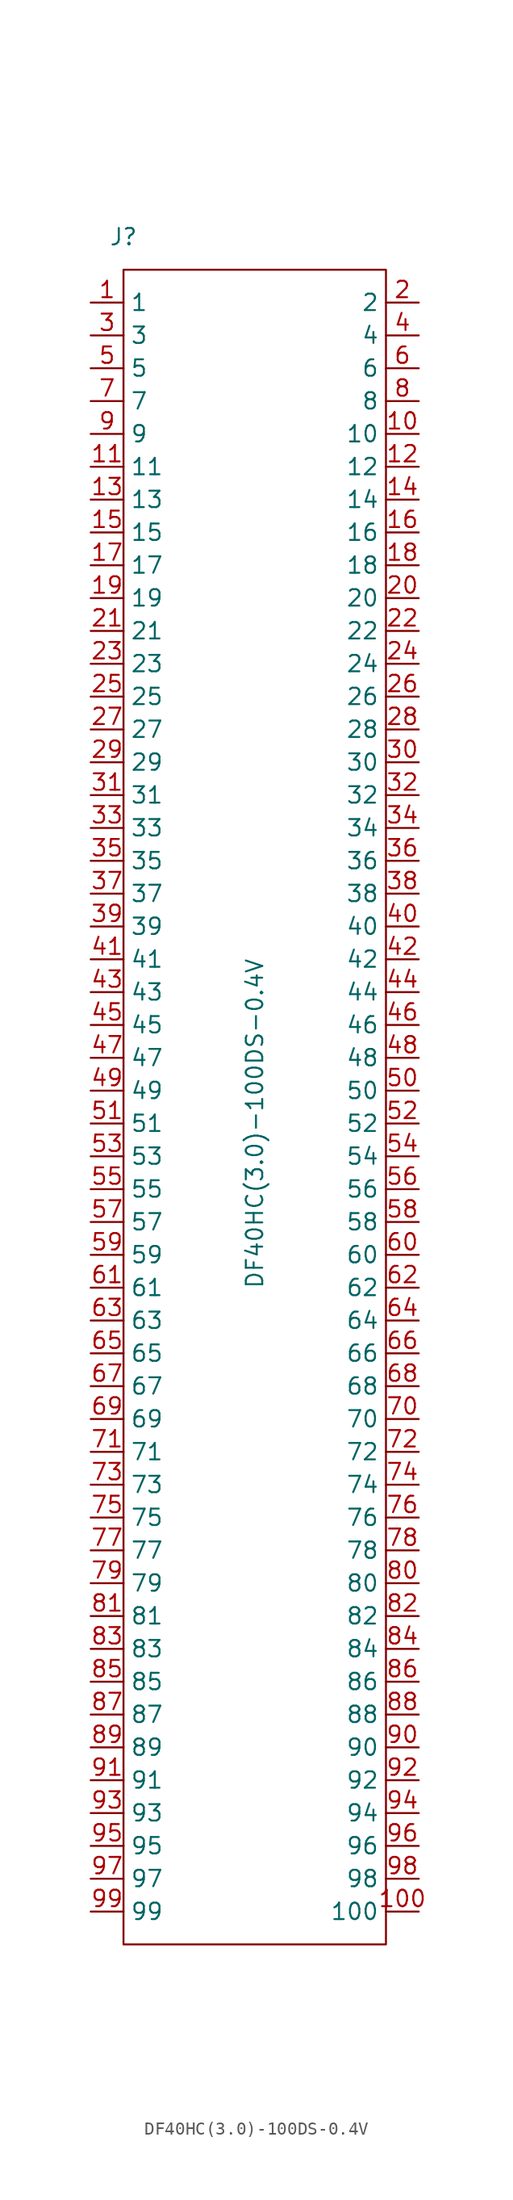
<source format=kicad_sym>
(kicad_symbol_lib
  (version 20211014)
  (generator kicad_symbol_editor)
  (symbol "DF40HC(3.0)-100DS-0.4V"
    (property "Reference" "J"
      (at -10.16 68.58 0)
      (effects (font (size 1.27 1.27))))
    (property "Value" "DF40HC(3.0)-100DS-0.4V"
      (at 0 0 90)
      (effects (font (size 1.27 1.27))))
    (symbol "DF40HC(3.0)-100DS-0.4V_0_1"
      (rectangle (start -10.16 66.04) (end 10.16 -63.5) (stroke (width 0) (type default) (color 0 0 0 0)) (fill (type none))))
    (symbol "DF40HC(3.0)-100DS-0.4V_1_1"
      (pin passive line (at -12.7 63.5 0) (length 2.54) (name "1" (effects (font (size 1.27 1.27)))) (number "1" (effects (font (size 1.27 1.27)))))
      (pin passive line (at 12.7 53.34 180) (length 2.54) (name "10" (effects (font (size 1.27 1.27)))) (number "10" (effects (font (size 1.27 1.27)))))
      (pin passive line (at 12.7 -60.96 180) (length 2.54) (name "100" (effects (font (size 1.27 1.27)))) (number "100" (effects (font (size 1.27 1.27)))))
      (pin passive line (at -12.7 50.8 0) (length 2.54) (name "11" (effects (font (size 1.27 1.27)))) (number "11" (effects (font (size 1.27 1.27)))))
      (pin passive line (at 12.7 50.8 180) (length 2.54) (name "12" (effects (font (size 1.27 1.27)))) (number "12" (effects (font (size 1.27 1.27)))))
      (pin passive line (at -12.7 48.26 0) (length 2.54) (name "13" (effects (font (size 1.27 1.27)))) (number "13" (effects (font (size 1.27 1.27)))))
      (pin passive line (at 12.7 48.26 180) (length 2.54) (name "14" (effects (font (size 1.27 1.27)))) (number "14" (effects (font (size 1.27 1.27)))))
      (pin passive line (at -12.7 45.72 0) (length 2.54) (name "15" (effects (font (size 1.27 1.27)))) (number "15" (effects (font (size 1.27 1.27)))))
      (pin passive line (at 12.7 45.72 180) (length 2.54) (name "16" (effects (font (size 1.27 1.27)))) (number "16" (effects (font (size 1.27 1.27)))))
      (pin passive line (at -12.7 43.18 0) (length 2.54) (name "17" (effects (font (size 1.27 1.27)))) (number "17" (effects (font (size 1.27 1.27)))))
      (pin passive line (at 12.7 43.18 180) (length 2.54) (name "18" (effects (font (size 1.27 1.27)))) (number "18" (effects (font (size 1.27 1.27)))))
      (pin passive line (at -12.7 40.64 0) (length 2.54) (name "19" (effects (font (size 1.27 1.27)))) (number "19" (effects (font (size 1.27 1.27)))))
      (pin passive line (at 12.7 63.5 180) (length 2.54) (name "2" (effects (font (size 1.27 1.27)))) (number "2" (effects (font (size 1.27 1.27)))))
      (pin passive line (at 12.7 40.64 180) (length 2.54) (name "20" (effects (font (size 1.27 1.27)))) (number "20" (effects (font (size 1.27 1.27)))))
      (pin passive line (at -12.7 38.1 0) (length 2.54) (name "21" (effects (font (size 1.27 1.27)))) (number "21" (effects (font (size 1.27 1.27)))))
      (pin passive line (at 12.7 38.1 180) (length 2.54) (name "22" (effects (font (size 1.27 1.27)))) (number "22" (effects (font (size 1.27 1.27)))))
      (pin passive line (at -12.7 35.56 0) (length 2.54) (name "23" (effects (font (size 1.27 1.27)))) (number "23" (effects (font (size 1.27 1.27)))))
      (pin passive line (at 12.7 35.56 180) (length 2.54) (name "24" (effects (font (size 1.27 1.27)))) (number "24" (effects (font (size 1.27 1.27)))))
      (pin passive line (at -12.7 33.02 0) (length 2.54) (name "25" (effects (font (size 1.27 1.27)))) (number "25" (effects (font (size 1.27 1.27)))))
      (pin passive line (at 12.7 33.02 180) (length 2.54) (name "26" (effects (font (size 1.27 1.27)))) (number "26" (effects (font (size 1.27 1.27)))))
      (pin passive line (at -12.7 30.48 0) (length 2.54) (name "27" (effects (font (size 1.27 1.27)))) (number "27" (effects (font (size 1.27 1.27)))))
      (pin passive line (at 12.7 30.48 180) (length 2.54) (name "28" (effects (font (size 1.27 1.27)))) (number "28" (effects (font (size 1.27 1.27)))))
      (pin passive line (at -12.7 27.94 0) (length 2.54) (name "29" (effects (font (size 1.27 1.27)))) (number "29" (effects (font (size 1.27 1.27)))))
      (pin passive line (at -12.7 60.96 0) (length 2.54) (name "3" (effects (font (size 1.27 1.27)))) (number "3" (effects (font (size 1.27 1.27)))))
      (pin passive line (at 12.7 27.94 180) (length 2.54) (name "30" (effects (font (size 1.27 1.27)))) (number "30" (effects (font (size 1.27 1.27)))))
      (pin passive line (at -12.7 25.4 0) (length 2.54) (name "31" (effects (font (size 1.27 1.27)))) (number "31" (effects (font (size 1.27 1.27)))))
      (pin passive line (at 12.7 25.4 180) (length 2.54) (name "32" (effects (font (size 1.27 1.27)))) (number "32" (effects (font (size 1.27 1.27)))))
      (pin passive line (at -12.7 22.86 0) (length 2.54) (name "33" (effects (font (size 1.27 1.27)))) (number "33" (effects (font (size 1.27 1.27)))))
      (pin passive line (at 12.7 22.86 180) (length 2.54) (name "34" (effects (font (size 1.27 1.27)))) (number "34" (effects (font (size 1.27 1.27)))))
      (pin passive line (at -12.7 20.32 0) (length 2.54) (name "35" (effects (font (size 1.27 1.27)))) (number "35" (effects (font (size 1.27 1.27)))))
      (pin passive line (at 12.7 20.32 180) (length 2.54) (name "36" (effects (font (size 1.27 1.27)))) (number "36" (effects (font (size 1.27 1.27)))))
      (pin passive line (at -12.7 17.78 0) (length 2.54) (name "37" (effects (font (size 1.27 1.27)))) (number "37" (effects (font (size 1.27 1.27)))))
      (pin passive line (at 12.7 17.78 180) (length 2.54) (name "38" (effects (font (size 1.27 1.27)))) (number "38" (effects (font (size 1.27 1.27)))))
      (pin passive line (at -12.7 15.24 0) (length 2.54) (name "39" (effects (font (size 1.27 1.27)))) (number "39" (effects (font (size 1.27 1.27)))))
      (pin passive line (at 12.7 60.96 180) (length 2.54) (name "4" (effects (font (size 1.27 1.27)))) (number "4" (effects (font (size 1.27 1.27)))))
      (pin passive line (at 12.7 15.24 180) (length 2.54) (name "40" (effects (font (size 1.27 1.27)))) (number "40" (effects (font (size 1.27 1.27)))))
      (pin passive line (at -12.7 12.7 0) (length 2.54) (name "41" (effects (font (size 1.27 1.27)))) (number "41" (effects (font (size 1.27 1.27)))))
      (pin passive line (at 12.7 12.7 180) (length 2.54) (name "42" (effects (font (size 1.27 1.27)))) (number "42" (effects (font (size 1.27 1.27)))))
      (pin passive line (at -12.7 10.16 0) (length 2.54) (name "43" (effects (font (size 1.27 1.27)))) (number "43" (effects (font (size 1.27 1.27)))))
      (pin passive line (at 12.7 10.16 180) (length 2.54) (name "44" (effects (font (size 1.27 1.27)))) (number "44" (effects (font (size 1.27 1.27)))))
      (pin passive line (at -12.7 7.62 0) (length 2.54) (name "45" (effects (font (size 1.27 1.27)))) (number "45" (effects (font (size 1.27 1.27)))))
      (pin passive line (at 12.7 7.62 180) (length 2.54) (name "46" (effects (font (size 1.27 1.27)))) (number "46" (effects (font (size 1.27 1.27)))))
      (pin passive line (at -12.7 5.08 0) (length 2.54) (name "47" (effects (font (size 1.27 1.27)))) (number "47" (effects (font (size 1.27 1.27)))))
      (pin passive line (at 12.7 5.08 180) (length 2.54) (name "48" (effects (font (size 1.27 1.27)))) (number "48" (effects (font (size 1.27 1.27)))))
      (pin passive line (at -12.7 2.54 0) (length 2.54) (name "49" (effects (font (size 1.27 1.27)))) (number "49" (effects (font (size 1.27 1.27)))))
      (pin passive line (at -12.7 58.42 0) (length 2.54) (name "5" (effects (font (size 1.27 1.27)))) (number "5" (effects (font (size 1.27 1.27)))))
      (pin passive line (at 12.7 2.54 180) (length 2.54) (name "50" (effects (font (size 1.27 1.27)))) (number "50" (effects (font (size 1.27 1.27)))))
      (pin passive line (at -12.7 0 0) (length 2.54) (name "51" (effects (font (size 1.27 1.27)))) (number "51" (effects (font (size 1.27 1.27)))))
      (pin passive line (at 12.7 0 180) (length 2.54) (name "52" (effects (font (size 1.27 1.27)))) (number "52" (effects (font (size 1.27 1.27)))))
      (pin passive line (at -12.7 -2.54 0) (length 2.54) (name "53" (effects (font (size 1.27 1.27)))) (number "53" (effects (font (size 1.27 1.27)))))
      (pin passive line (at 12.7 -2.54 180) (length 2.54) (name "54" (effects (font (size 1.27 1.27)))) (number "54" (effects (font (size 1.27 1.27)))))
      (pin passive line (at -12.7 -5.08 0) (length 2.54) (name "55" (effects (font (size 1.27 1.27)))) (number "55" (effects (font (size 1.27 1.27)))))
      (pin passive line (at 12.7 -5.08 180) (length 2.54) (name "56" (effects (font (size 1.27 1.27)))) (number "56" (effects (font (size 1.27 1.27)))))
      (pin passive line (at -12.7 -7.62 0) (length 2.54) (name "57" (effects (font (size 1.27 1.27)))) (number "57" (effects (font (size 1.27 1.27)))))
      (pin passive line (at 12.7 -7.62 180) (length 2.54) (name "58" (effects (font (size 1.27 1.27)))) (number "58" (effects (font (size 1.27 1.27)))))
      (pin passive line (at -12.7 -10.16 0) (length 2.54) (name "59" (effects (font (size 1.27 1.27)))) (number "59" (effects (font (size 1.27 1.27)))))
      (pin passive line (at 12.7 58.42 180) (length 2.54) (name "6" (effects (font (size 1.27 1.27)))) (number "6" (effects (font (size 1.27 1.27)))))
      (pin passive line (at 12.7 -10.16 180) (length 2.54) (name "60" (effects (font (size 1.27 1.27)))) (number "60" (effects (font (size 1.27 1.27)))))
      (pin passive line (at -12.7 -12.7 0) (length 2.54) (name "61" (effects (font (size 1.27 1.27)))) (number "61" (effects (font (size 1.27 1.27)))))
      (pin passive line (at 12.7 -12.7 180) (length 2.54) (name "62" (effects (font (size 1.27 1.27)))) (number "62" (effects (font (size 1.27 1.27)))))
      (pin passive line (at -12.7 -15.24 0) (length 2.54) (name "63" (effects (font (size 1.27 1.27)))) (number "63" (effects (font (size 1.27 1.27)))))
      (pin passive line (at 12.7 -15.24 180) (length 2.54) (name "64" (effects (font (size 1.27 1.27)))) (number "64" (effects (font (size 1.27 1.27)))))
      (pin passive line (at -12.7 -17.78 0) (length 2.54) (name "65" (effects (font (size 1.27 1.27)))) (number "65" (effects (font (size 1.27 1.27)))))
      (pin passive line (at 12.7 -17.78 180) (length 2.54) (name "66" (effects (font (size 1.27 1.27)))) (number "66" (effects (font (size 1.27 1.27)))))
      (pin passive line (at -12.7 -20.32 0) (length 2.54) (name "67" (effects (font (size 1.27 1.27)))) (number "67" (effects (font (size 1.27 1.27)))))
      (pin passive line (at 12.7 -20.32 180) (length 2.54) (name "68" (effects (font (size 1.27 1.27)))) (number "68" (effects (font (size 1.27 1.27)))))
      (pin passive line (at -12.7 -22.86 0) (length 2.54) (name "69" (effects (font (size 1.27 1.27)))) (number "69" (effects (font (size 1.27 1.27)))))
      (pin passive line (at -12.7 55.88 0) (length 2.54) (name "7" (effects (font (size 1.27 1.27)))) (number "7" (effects (font (size 1.27 1.27)))))
      (pin passive line (at 12.7 -22.86 180) (length 2.54) (name "70" (effects (font (size 1.27 1.27)))) (number "70" (effects (font (size 1.27 1.27)))))
      (pin passive line (at -12.7 -25.4 0) (length 2.54) (name "71" (effects (font (size 1.27 1.27)))) (number "71" (effects (font (size 1.27 1.27)))))
      (pin passive line (at 12.7 -25.4 180) (length 2.54) (name "72" (effects (font (size 1.27 1.27)))) (number "72" (effects (font (size 1.27 1.27)))))
      (pin passive line (at -12.7 -27.94 0) (length 2.54) (name "73" (effects (font (size 1.27 1.27)))) (number "73" (effects (font (size 1.27 1.27)))))
      (pin passive line (at 12.7 -27.94 180) (length 2.54) (name "74" (effects (font (size 1.27 1.27)))) (number "74" (effects (font (size 1.27 1.27)))))
      (pin passive line (at -12.7 -30.48 0) (length 2.54) (name "75" (effects (font (size 1.27 1.27)))) (number "75" (effects (font (size 1.27 1.27)))))
      (pin passive line (at 12.7 -30.48 180) (length 2.54) (name "76" (effects (font (size 1.27 1.27)))) (number "76" (effects (font (size 1.27 1.27)))))
      (pin passive line (at -12.7 -33.02 0) (length 2.54) (name "77" (effects (font (size 1.27 1.27)))) (number "77" (effects (font (size 1.27 1.27)))))
      (pin passive line (at 12.7 -33.02 180) (length 2.54) (name "78" (effects (font (size 1.27 1.27)))) (number "78" (effects (font (size 1.27 1.27)))))
      (pin passive line (at -12.7 -35.56 0) (length 2.54) (name "79" (effects (font (size 1.27 1.27)))) (number "79" (effects (font (size 1.27 1.27)))))
      (pin passive line (at 12.7 55.88 180) (length 2.54) (name "8" (effects (font (size 1.27 1.27)))) (number "8" (effects (font (size 1.27 1.27)))))
      (pin passive line (at 12.7 -35.56 180) (length 2.54) (name "80" (effects (font (size 1.27 1.27)))) (number "80" (effects (font (size 1.27 1.27)))))
      (pin passive line (at -12.7 -38.1 0) (length 2.54) (name "81" (effects (font (size 1.27 1.27)))) (number "81" (effects (font (size 1.27 1.27)))))
      (pin passive line (at 12.7 -38.1 180) (length 2.54) (name "82" (effects (font (size 1.27 1.27)))) (number "82" (effects (font (size 1.27 1.27)))))
      (pin passive line (at -12.7 -40.64 0) (length 2.54) (name "83" (effects (font (size 1.27 1.27)))) (number "83" (effects (font (size 1.27 1.27)))))
      (pin passive line (at 12.7 -40.64 180) (length 2.54) (name "84" (effects (font (size 1.27 1.27)))) (number "84" (effects (font (size 1.27 1.27)))))
      (pin passive line (at -12.7 -43.18 0) (length 2.54) (name "85" (effects (font (size 1.27 1.27)))) (number "85" (effects (font (size 1.27 1.27)))))
      (pin passive line (at 12.7 -43.18 180) (length 2.54) (name "86" (effects (font (size 1.27 1.27)))) (number "86" (effects (font (size 1.27 1.27)))))
      (pin passive line (at -12.7 -45.72 0) (length 2.54) (name "87" (effects (font (size 1.27 1.27)))) (number "87" (effects (font (size 1.27 1.27)))))
      (pin passive line (at 12.7 -45.72 180) (length 2.54) (name "88" (effects (font (size 1.27 1.27)))) (number "88" (effects (font (size 1.27 1.27)))))
      (pin passive line (at -12.7 -48.26 0) (length 2.54) (name "89" (effects (font (size 1.27 1.27)))) (number "89" (effects (font (size 1.27 1.27)))))
      (pin passive line (at -12.7 53.34 0) (length 2.54) (name "9" (effects (font (size 1.27 1.27)))) (number "9" (effects (font (size 1.27 1.27)))))
      (pin passive line (at 12.7 -48.26 180) (length 2.54) (name "90" (effects (font (size 1.27 1.27)))) (number "90" (effects (font (size 1.27 1.27)))))
      (pin passive line (at -12.7 -50.8 0) (length 2.54) (name "91" (effects (font (size 1.27 1.27)))) (number "91" (effects (font (size 1.27 1.27)))))
      (pin passive line (at 12.7 -50.8 180) (length 2.54) (name "92" (effects (font (size 1.27 1.27)))) (number "92" (effects (font (size 1.27 1.27)))))
      (pin passive line (at -12.7 -53.34 0) (length 2.54) (name "93" (effects (font (size 1.27 1.27)))) (number "93" (effects (font (size 1.27 1.27)))))
      (pin passive line (at 12.7 -53.34 180) (length 2.54) (name "94" (effects (font (size 1.27 1.27)))) (number "94" (effects (font (size 1.27 1.27)))))
      (pin passive line (at -12.7 -55.88 0) (length 2.54) (name "95" (effects (font (size 1.27 1.27)))) (number "95" (effects (font (size 1.27 1.27)))))
      (pin passive line (at 12.7 -55.88 180) (length 2.54) (name "96" (effects (font (size 1.27 1.27)))) (number "96" (effects (font (size 1.27 1.27)))))
      (pin passive line (at -12.7 -58.42 0) (length 2.54) (name "97" (effects (font (size 1.27 1.27)))) (number "97" (effects (font (size 1.27 1.27)))))
      (pin passive line (at 12.7 -58.42 180) (length 2.54) (name "98" (effects (font (size 1.27 1.27)))) (number "98" (effects (font (size 1.27 1.27)))))
      (pin passive line (at -12.7 -60.96 0) (length 2.54) (name "99" (effects (font (size 1.27 1.27)))) (number "99" (effects (font (size 1.27 1.27))))))))
</source>
